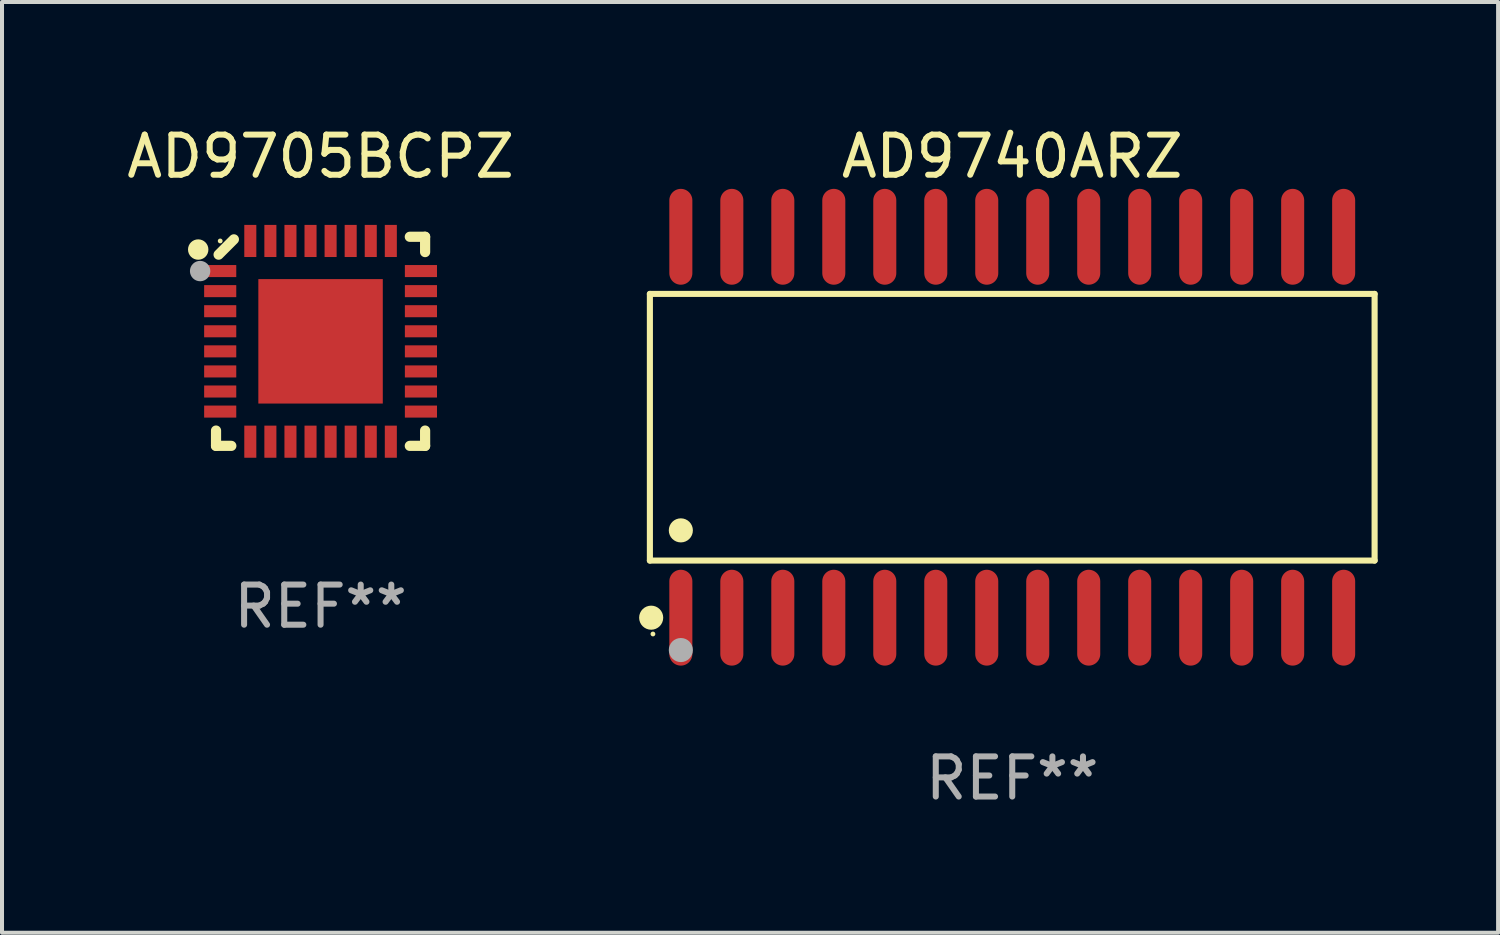
<source format=kicad_pcb>
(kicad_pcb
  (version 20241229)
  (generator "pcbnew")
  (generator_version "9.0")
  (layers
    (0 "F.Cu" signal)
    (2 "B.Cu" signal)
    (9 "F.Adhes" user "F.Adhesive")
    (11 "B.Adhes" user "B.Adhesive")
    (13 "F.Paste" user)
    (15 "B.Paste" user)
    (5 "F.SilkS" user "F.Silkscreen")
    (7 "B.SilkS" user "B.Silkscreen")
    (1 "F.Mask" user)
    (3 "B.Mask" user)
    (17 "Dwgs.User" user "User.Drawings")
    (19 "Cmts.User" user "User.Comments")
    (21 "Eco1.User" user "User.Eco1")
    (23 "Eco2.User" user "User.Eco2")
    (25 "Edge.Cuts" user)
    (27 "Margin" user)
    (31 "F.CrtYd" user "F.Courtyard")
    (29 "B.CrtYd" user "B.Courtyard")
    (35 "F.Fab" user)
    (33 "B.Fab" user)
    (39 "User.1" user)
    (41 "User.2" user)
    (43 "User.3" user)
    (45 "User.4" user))
  (footprint "AD9705BCPZ"
    (layer "F.Cu")
    (at 4.935 5.452)
    (property "Reference" "AD9705BCPZ" (at 0 -4.604 0) (layer "F.SilkS") (effects (font (size 1 1) (thickness 0.15))))
    (attr through_hole)
    (fp_line (start -2.604 2.223) (end -2.604 2.604) (stroke (width 0.254) (type solid)) (layer "F.SilkS"))
    (fp_line (start -2.604 2.604) (end -2.223 2.604) (stroke (width 0.254) (type solid)) (layer "F.SilkS"))
    (fp_line (start -2.159 -2.54) (end -2.54 -2.159) (stroke (width 0.254) (type solid)) (layer "F.SilkS"))
    (fp_line (start 2.223 2.604) (end 2.604 2.604) (stroke (width 0.254) (type solid)) (layer "F.SilkS"))
    (fp_line (start 2.604 -2.604) (end 2.223 -2.604) (stroke (width 0.254) (type solid)) (layer "F.SilkS"))
    (fp_line (start 2.604 -2.223) (end 2.604 -2.604) (stroke (width 0.254) (type solid)) (layer "F.SilkS"))
    (fp_line (start 2.604 2.604) (end 2.604 2.223) (stroke (width 0.254) (type solid)) (layer "F.SilkS"))
    (fp_circle (center -3.048 -2.286) (end -2.921 -2.286) (stroke (width 0.254) (type solid)) (fill no) (layer "F.SilkS"))
    (fp_circle (center -2.5 -2.5) (end -2.47 -2.5) (stroke (width 0.06) (type solid)) (fill no) (layer "F.SilkS"))
    (fp_circle (center -3 -1.75) (end -2.873 -1.75) (stroke (width 0.254) (type solid)) (fill no) (layer "F.Fab"))
    (fp_text user "REF**" (at 0 6.604 0) (layer "F.Fab") (effects (font (size 1 1) (thickness 0.15))))
    (pad "1" smd rect (at -2.5 -1.75 270) (size 0.3 0.8) (layers "F.Cu" "F.Mask" "F.Paste"))
    (pad "2" smd rect (at -2.5 -1.25 270) (size 0.3 0.8) (layers "F.Cu" "F.Mask" "F.Paste"))
    (pad "3" smd rect (at -2.5 -0.75 270) (size 0.3 0.8) (layers "F.Cu" "F.Mask" "F.Paste"))
    (pad "4" smd rect (at -2.5 -0.25 270) (size 0.3 0.8) (layers "F.Cu" "F.Mask" "F.Paste"))
    (pad "5" smd rect (at -2.5 0.25 270) (size 0.3 0.8) (layers "F.Cu" "F.Mask" "F.Paste"))
    (pad "6" smd rect (at -2.5 0.75 270) (size 0.3 0.8) (layers "F.Cu" "F.Mask" "F.Paste"))
    (pad "7" smd rect (at -2.5 1.25 270) (size 0.3 0.8) (layers "F.Cu" "F.Mask" "F.Paste"))
    (pad "8" smd rect (at -2.5 1.75 270) (size 0.3 0.8) (layers "F.Cu" "F.Mask" "F.Paste"))
    (pad "9" smd rect (at -1.75 2.5 270) (size 0.8 0.3) (layers "F.Cu" "F.Mask" "F.Paste"))
    (pad "10" smd rect (at -1.25 2.5 270) (size 0.8 0.3) (layers "F.Cu" "F.Mask" "F.Paste"))
    (pad "11" smd rect (at -0.75 2.5 270) (size 0.8 0.3) (layers "F.Cu" "F.Mask" "F.Paste"))
    (pad "12" smd rect (at -0.25 2.5 270) (size 0.8 0.3) (layers "F.Cu" "F.Mask" "F.Paste"))
    (pad "13" smd rect (at 0.25 2.5 270) (size 0.8 0.3) (layers "F.Cu" "F.Mask" "F.Paste"))
    (pad "14" smd rect (at 0.75 2.5 270) (size 0.8 0.3) (layers "F.Cu" "F.Mask" "F.Paste"))
    (pad "15" smd rect (at 1.25 2.5 270) (size 0.8 0.3) (layers "F.Cu" "F.Mask" "F.Paste"))
    (pad "16" smd rect (at 1.75 2.5 270) (size 0.8 0.3) (layers "F.Cu" "F.Mask" "F.Paste"))
    (pad "17" smd rect (at 2.5 1.75 270) (size 0.3 0.8) (layers "F.Cu" "F.Mask" "F.Paste"))
    (pad "18" smd rect (at 2.5 1.25 270) (size 0.3 0.8) (layers "F.Cu" "F.Mask" "F.Paste"))
    (pad "19" smd rect (at 2.5 0.75 270) (size 0.3 0.8) (layers "F.Cu" "F.Mask" "F.Paste"))
    (pad "20" smd rect (at 2.5 0.25 270) (size 0.3 0.8) (layers "F.Cu" "F.Mask" "F.Paste"))
    (pad "21" smd rect (at 2.5 -0.25 270) (size 0.3 0.8) (layers "F.Cu" "F.Mask" "F.Paste"))
    (pad "22" smd rect (at 2.5 -0.75 270) (size 0.3 0.8) (layers "F.Cu" "F.Mask" "F.Paste"))
    (pad "23" smd rect (at 2.5 -1.25 270) (size 0.3 0.8) (layers "F.Cu" "F.Mask" "F.Paste"))
    (pad "24" smd rect (at 2.5 -1.75 270) (size 0.3 0.8) (layers "F.Cu" "F.Mask" "F.Paste"))
    (pad "25" smd rect (at 1.75 -2.5 270) (size 0.8 0.3) (layers "F.Cu" "F.Mask" "F.Paste"))
    (pad "26" smd rect (at 1.25 -2.5 270) (size 0.8 0.3) (layers "F.Cu" "F.Mask" "F.Paste"))
    (pad "27" smd rect (at 0.75 -2.5 270) (size 0.8 0.3) (layers "F.Cu" "F.Mask" "F.Paste"))
    (pad "28" smd rect (at 0.25 -2.5 270) (size 0.8 0.3) (layers "F.Cu" "F.Mask" "F.Paste"))
    (pad "29" smd rect (at -0.25 -2.5 270) (size 0.8 0.3) (layers "F.Cu" "F.Mask" "F.Paste"))
    (pad "30" smd rect (at -0.75 -2.5 270) (size 0.8 0.3) (layers "F.Cu" "F.Mask" "F.Paste"))
    (pad "31" smd rect (at -1.25 -2.5 270) (size 0.8 0.3) (layers "F.Cu" "F.Mask" "F.Paste"))
    (pad "32" smd rect (at -1.75 -2.5 270) (size 0.8 0.3) (layers "F.Cu" "F.Mask" "F.Paste"))
    (pad "33" smd rect (at 0.000025 0 270) (size 3.1 3.1) (layers "F.Cu" "F.Mask" "F.Paste")))
  (footprint "AD9740ARZ"
    (layer "F.Cu")
    (at 22.164 7.592)
    (property "Reference" "AD9740ARZ" (at 0 -6.744 0) (layer "F.SilkS") (effects (font (size 1 1) (thickness 0.15))))
    (attr through_hole)
    (fp_line (start -9.026 -3.321) (end 9.026 -3.321) (stroke (width 0.152) (type solid)) (layer "F.SilkS"))
    (fp_line (start -9.026 3.321) (end -9.026 -3.321) (stroke (width 0.152) (type solid)) (layer "F.SilkS"))
    (fp_line (start 9.026 -3.321) (end 9.026 3.321) (stroke (width 0.152) (type solid)) (layer "F.SilkS"))
    (fp_line (start 9.026 3.321) (end -9.026 3.321) (stroke (width 0.152) (type solid)) (layer "F.SilkS"))
    (fp_circle (center -8.994 4.744) (end -8.844 4.744) (stroke (width 0.3) (type solid)) (fill no) (layer "F.SilkS"))
    (fp_circle (center -8.95 5.15) (end -8.92 5.15) (stroke (width 0.06) (type solid)) (fill no) (layer "F.SilkS"))
    (fp_circle (center -8.255 2.569) (end -8.105 2.569) (stroke (width 0.3) (type solid)) (fill no) (layer "F.SilkS"))
    (fp_circle (center -8.255 5.55) (end -8.105 5.55) (stroke (width 0.3) (type solid)) (fill no) (layer "F.Fab"))
    (fp_text user "REF**" (at 0 8.744 0) (layer "F.Fab") (effects (font (size 1 1) (thickness 0.15))))
    (pad "1" smd oval (at -8.255 4.744) (size 0.574 2.388) (layers "F.Cu" "F.Mask" "F.Paste"))
    (pad "2" smd oval (at -6.985 4.744) (size 0.574 2.388) (layers "F.Cu" "F.Mask" "F.Paste"))
    (pad "3" smd oval (at -5.715 4.744) (size 0.574 2.388) (layers "F.Cu" "F.Mask" "F.Paste"))
    (pad "4" smd oval (at -4.445 4.744) (size 0.574 2.388) (layers "F.Cu" "F.Mask" "F.Paste"))
    (pad "5" smd oval (at -3.175 4.744) (size 0.574 2.388) (layers "F.Cu" "F.Mask" "F.Paste"))
    (pad "6" smd oval (at -1.905 4.744) (size 0.574 2.388) (layers "F.Cu" "F.Mask" "F.Paste"))
    (pad "7" smd oval (at -0.635 4.744) (size 0.574 2.388) (layers "F.Cu" "F.Mask" "F.Paste"))
    (pad "8" smd oval (at 0.635 4.744) (size 0.574 2.388) (layers "F.Cu" "F.Mask" "F.Paste"))
    (pad "9" smd oval (at 1.905 4.744) (size 0.574 2.388) (layers "F.Cu" "F.Mask" "F.Paste"))
    (pad "10" smd oval (at 3.175 4.744) (size 0.574 2.388) (layers "F.Cu" "F.Mask" "F.Paste"))
    (pad "11" smd oval (at 4.445 4.744) (size 0.574 2.388) (layers "F.Cu" "F.Mask" "F.Paste"))
    (pad "12" smd oval (at 5.715 4.744) (size 0.574 2.388) (layers "F.Cu" "F.Mask" "F.Paste"))
    (pad "13" smd oval (at 6.985 4.744) (size 0.574 2.388) (layers "F.Cu" "F.Mask" "F.Paste"))
    (pad "14" smd oval (at 8.255 4.744) (size 0.574 2.388) (layers "F.Cu" "F.Mask" "F.Paste"))
    (pad "15" smd oval (at 8.255 -4.744) (size 0.574 2.388) (layers "F.Cu" "F.Mask" "F.Paste"))
    (pad "16" smd oval (at 6.985 -4.744) (size 0.574 2.388) (layers "F.Cu" "F.Mask" "F.Paste"))
    (pad "17" smd oval (at 5.715 -4.744) (size 0.574 2.388) (layers "F.Cu" "F.Mask" "F.Paste"))
    (pad "18" smd oval (at 4.445 -4.744) (size 0.574 2.388) (layers "F.Cu" "F.Mask" "F.Paste"))
    (pad "19" smd oval (at 3.175 -4.744) (size 0.574 2.388) (layers "F.Cu" "F.Mask" "F.Paste"))
    (pad "20" smd oval (at 1.905 -4.744) (size 0.574 2.388) (layers "F.Cu" "F.Mask" "F.Paste"))
    (pad "21" smd oval (at 0.635 -4.744) (size 0.574 2.388) (layers "F.Cu" "F.Mask" "F.Paste"))
    (pad "22" smd oval (at -0.635 -4.744) (size 0.574 2.388) (layers "F.Cu" "F.Mask" "F.Paste"))
    (pad "23" smd oval (at -1.905 -4.744) (size 0.574 2.388) (layers "F.Cu" "F.Mask" "F.Paste"))
    (pad "24" smd oval (at -3.175 -4.744) (size 0.574 2.388) (layers "F.Cu" "F.Mask" "F.Paste"))
    (pad "25" smd oval (at -4.445 -4.744) (size 0.574 2.388) (layers "F.Cu" "F.Mask" "F.Paste"))
    (pad "26" smd oval (at -5.715 -4.744) (size 0.574 2.388) (layers "F.Cu" "F.Mask" "F.Paste"))
    (pad "27" smd oval (at -6.985 -4.744) (size 0.574 2.388) (layers "F.Cu" "F.Mask" "F.Paste"))
    (pad "28" smd oval (at -8.255 -4.744) (size 0.574 2.388) (layers "F.Cu" "F.Mask" "F.Paste")))
  (gr_rect
    (start -3 -3)
    (end 34.266 20.184)
    (stroke (width 0.1) (type default))
    (fill no)
    (layer "Edge.Cuts")))
</source>
